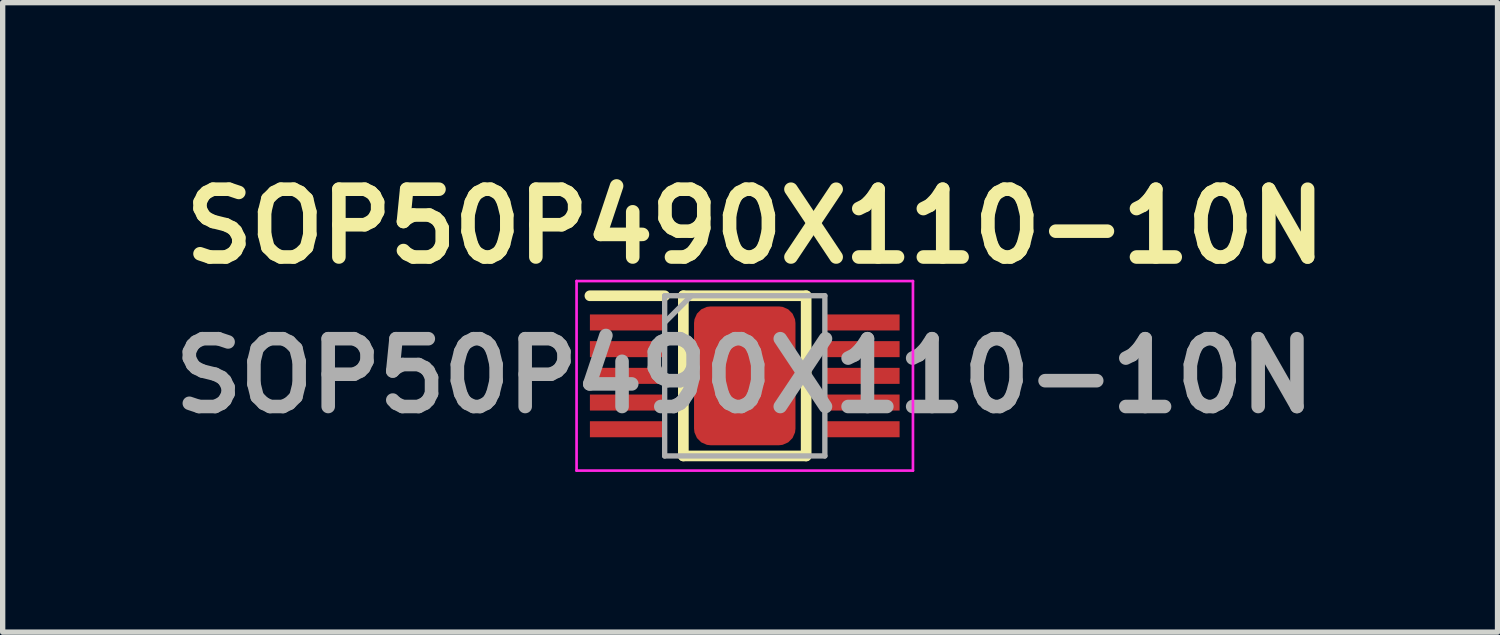
<source format=kicad_pcb>
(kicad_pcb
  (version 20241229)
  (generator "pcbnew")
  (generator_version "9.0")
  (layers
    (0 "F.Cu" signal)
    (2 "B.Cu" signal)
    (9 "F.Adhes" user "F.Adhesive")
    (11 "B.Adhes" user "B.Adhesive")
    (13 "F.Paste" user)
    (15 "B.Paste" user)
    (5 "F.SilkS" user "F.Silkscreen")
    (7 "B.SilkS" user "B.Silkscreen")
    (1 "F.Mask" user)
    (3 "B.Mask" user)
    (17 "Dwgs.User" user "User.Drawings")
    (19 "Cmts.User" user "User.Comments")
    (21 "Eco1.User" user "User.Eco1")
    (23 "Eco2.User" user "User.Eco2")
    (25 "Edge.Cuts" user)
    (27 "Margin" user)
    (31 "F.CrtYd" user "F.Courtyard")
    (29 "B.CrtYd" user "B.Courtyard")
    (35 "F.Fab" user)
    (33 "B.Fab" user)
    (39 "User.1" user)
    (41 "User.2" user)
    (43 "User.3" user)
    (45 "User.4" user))
  (footprint "SOP50P490X110-10N"
    (layer "F.Cu")
    (at 10.898 3.989)
    (property "Reference" "SOP50P490X110-10N" (at 0.2 -2.8 0) (layer "F.SilkS") (effects (font (size 1.27 1.27) (thickness 0.254))))
    (attr smd)
    (fp_line (start -2.9 -1.5) (end -1.5 -1.5) (stroke (width 0.2) (type solid)) (layer "F.SilkS"))
    (fp_line (start -1.15 -1.5) (end 1.15 -1.5) (stroke (width 0.2) (type solid)) (layer "F.SilkS"))
    (fp_line (start -1.15 1.5) (end -1.15 -1.5) (stroke (width 0.2) (type solid)) (layer "F.SilkS"))
    (fp_line (start 1.15 -1.5) (end 1.15 1.5) (stroke (width 0.2) (type solid)) (layer "F.SilkS"))
    (fp_line (start 1.15 1.5) (end -1.15 1.5) (stroke (width 0.2) (type solid)) (layer "F.SilkS"))
    (fp_line (start -3.15 -1.775) (end 3.15 -1.775) (stroke (width 0.05) (type solid)) (layer "F.CrtYd"))
    (fp_line (start -3.15 1.775) (end -3.15 -1.775) (stroke (width 0.05) (type solid)) (layer "F.CrtYd"))
    (fp_line (start 3.15 -1.775) (end 3.15 1.775) (stroke (width 0.05) (type solid)) (layer "F.CrtYd"))
    (fp_line (start 3.15 1.775) (end -3.15 1.775) (stroke (width 0.05) (type solid)) (layer "F.CrtYd"))
    (fp_line (start -1.5 -1.5) (end 1.5 -1.5) (stroke (width 0.1) (type solid)) (layer "F.Fab"))
    (fp_line (start -1.5 -1) (end -1 -1.5) (stroke (width 0.1) (type solid)) (layer "F.Fab"))
    (fp_line (start -1.5 1.5) (end -1.5 -1.5) (stroke (width 0.1) (type solid)) (layer "F.Fab"))
    (fp_line (start 1.5 -1.5) (end 1.5 1.5) (stroke (width 0.1) (type solid)) (layer "F.Fab"))
    (fp_line (start 1.5 1.5) (end -1.5 1.5) (stroke (width 0.1) (type solid)) (layer "F.Fab"))
    (fp_text user "${REFERENCE}" (at 0 0 0) (layer "F.Fab") (effects (font (size 1.27 1.27) (thickness 0.254))))
    (pad "1" smd rect (at -2.2 -1 90) (size 0.3 1.4) (layers "F.Cu" "F.Mask" "F.Paste"))
    (pad "2" smd rect (at -2.2 -0.5 90) (size 0.3 1.4) (layers "F.Cu" "F.Mask" "F.Paste"))
    (pad "3" smd rect (at -2.2 0 90) (size 0.3 1.4) (layers "F.Cu" "F.Mask" "F.Paste"))
    (pad "4" smd rect (at -2.2 0.5 90) (size 0.3 1.4) (layers "F.Cu" "F.Mask" "F.Paste"))
    (pad "5" smd rect (at -2.2 1 90) (size 0.3 1.4) (layers "F.Cu" "F.Mask" "F.Paste"))
    (pad "6" smd rect (at 2.2 1 90) (size 0.3 1.4) (layers "F.Cu" "F.Mask" "F.Paste"))
    (pad "7" smd rect (at 2.2 0.5 90) (size 0.3 1.4) (layers "F.Cu" "F.Mask" "F.Paste"))
    (pad "8" smd rect (at 2.2 0 90) (size 0.3 1.4) (layers "F.Cu" "F.Mask" "F.Paste"))
    (pad "9" smd rect (at 2.2 -0.5 90) (size 0.3 1.4) (layers "F.Cu" "F.Mask" "F.Paste"))
    (pad "10" smd rect (at 2.2 -1 90) (size 0.3 1.4) (layers "F.Cu" "F.Mask" "F.Paste"))
    (pad "11" smd roundrect (at 0 0) (size 1.9 2.6) (layers "F.Cu" "F.Mask" "F.Paste") (roundrect_rratio 0.164)))
  (gr_rect
    (start -3 -3)
    (end 24.996 8.789)
    (stroke (width 0.1) (type default))
    (fill no)
    (layer "Edge.Cuts")))
</source>
